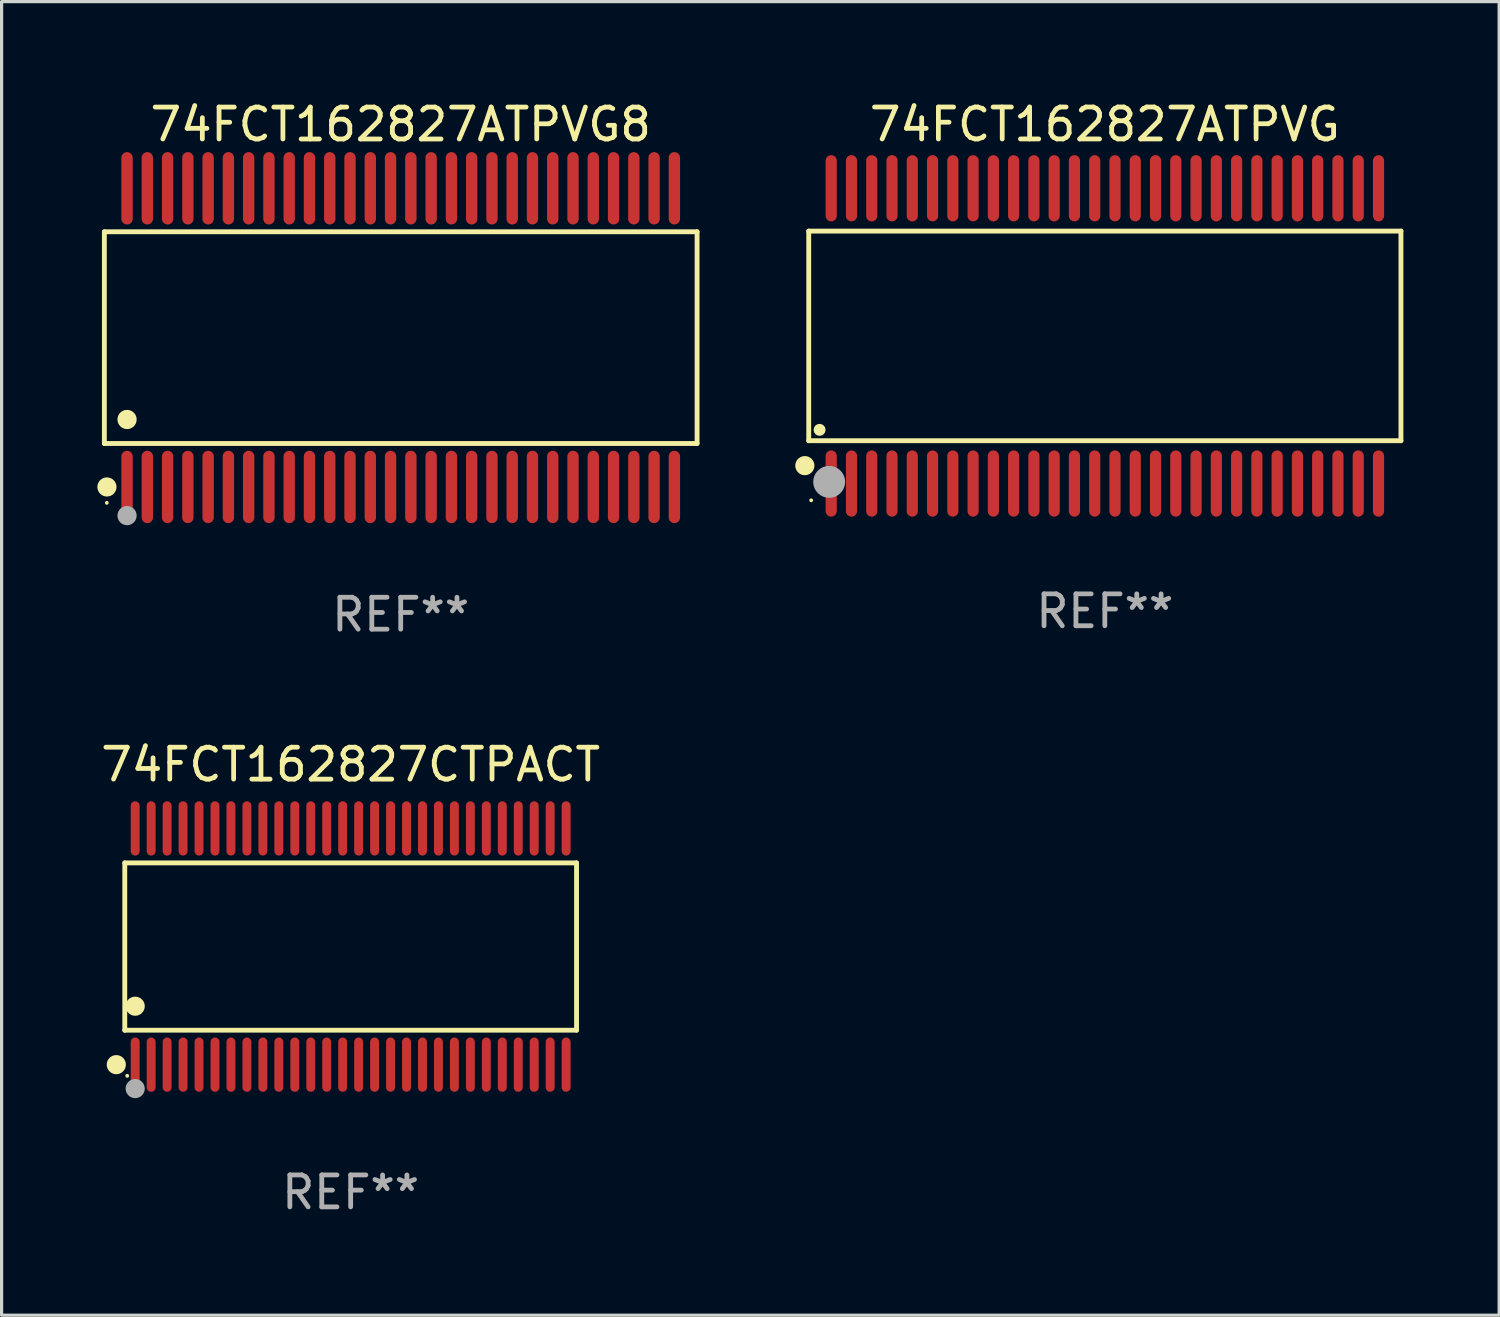
<source format=kicad_pcb>
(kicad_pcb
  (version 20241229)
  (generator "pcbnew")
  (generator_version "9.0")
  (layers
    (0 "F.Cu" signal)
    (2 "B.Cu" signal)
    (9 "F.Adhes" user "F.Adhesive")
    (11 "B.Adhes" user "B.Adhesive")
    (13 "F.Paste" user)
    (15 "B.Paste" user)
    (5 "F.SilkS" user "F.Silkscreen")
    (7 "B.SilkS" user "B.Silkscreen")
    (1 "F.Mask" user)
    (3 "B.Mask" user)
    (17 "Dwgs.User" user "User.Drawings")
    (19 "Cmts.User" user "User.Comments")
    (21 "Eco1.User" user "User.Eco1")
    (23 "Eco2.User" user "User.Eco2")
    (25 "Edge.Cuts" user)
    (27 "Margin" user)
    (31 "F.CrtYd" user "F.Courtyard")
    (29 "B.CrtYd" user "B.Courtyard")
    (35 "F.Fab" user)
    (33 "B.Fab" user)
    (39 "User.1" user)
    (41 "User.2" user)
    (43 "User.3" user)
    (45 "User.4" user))
  (footprint "74FCT162827ATPVG"
    (layer "F.Cu")
    (at 31.561 7.473)
    (property "Reference" "74FCT162827ATPVG" (at 0 -6.625 0) (layer "F.SilkS") (effects (font (size 1 1) (thickness 0.15))))
    (attr through_hole)
    (fp_line (start -9.276 -3.283) (end 9.276 -3.283) (stroke (width 0.152) (type solid)) (layer "F.SilkS"))
    (fp_line (start -9.276 3.283) (end -9.276 -3.283) (stroke (width 0.152) (type solid)) (layer "F.SilkS"))
    (fp_line (start 9.276 -3.283) (end 9.276 3.283) (stroke (width 0.152) (type solid)) (layer "F.SilkS"))
    (fp_line (start 9.276 3.283) (end -9.276 3.283) (stroke (width 0.152) (type solid)) (layer "F.SilkS"))
    (fp_circle (center -9.398 4.064) (end -9.248 4.064) (stroke (width 0.3) (type solid)) (fill no) (layer "F.SilkS"))
    (fp_circle (center -9.2 5.15) (end -9.17 5.15) (stroke (width 0.06) (type solid)) (fill no) (layer "F.SilkS"))
    (fp_circle (center -8.936 2.943) (end -8.842 2.943) (stroke (width 0.188) (type solid)) (fill no) (layer "F.SilkS"))
    (fp_circle (center -8.636 4.572) (end -8.386 4.572) (stroke (width 0.5) (type solid)) (fill no) (layer "F.Fab"))
    (fp_text user "REF**" (at 0 8.625 0) (layer "F.Fab") (effects (font (size 1 1) (thickness 0.15))))
    (pad "1" smd oval (at -8.572 4.625 90) (size 2.075 0.35) (layers "F.Cu" "F.Mask" "F.Paste"))
    (pad "2" smd oval (at -7.937 4.625 90) (size 2.075 0.35) (layers "F.Cu" "F.Mask" "F.Paste"))
    (pad "3" smd oval (at -7.302 4.625 90) (size 2.075 0.35) (layers "F.Cu" "F.Mask" "F.Paste"))
    (pad "4" smd oval (at -6.667 4.625 90) (size 2.075 0.35) (layers "F.Cu" "F.Mask" "F.Paste"))
    (pad "5" smd oval (at -6.032 4.625 90) (size 2.075 0.35) (layers "F.Cu" "F.Mask" "F.Paste"))
    (pad "6" smd oval (at -5.397 4.625 90) (size 2.075 0.35) (layers "F.Cu" "F.Mask" "F.Paste"))
    (pad "7" smd oval (at -4.762 4.625 90) (size 2.075 0.35) (layers "F.Cu" "F.Mask" "F.Paste"))
    (pad "8" smd oval (at -4.127 4.625 90) (size 2.075 0.35) (layers "F.Cu" "F.Mask" "F.Paste"))
    (pad "9" smd oval (at -3.492 4.625 90) (size 2.075 0.35) (layers "F.Cu" "F.Mask" "F.Paste"))
    (pad "10" smd oval (at -2.857 4.625 90) (size 2.075 0.35) (layers "F.Cu" "F.Mask" "F.Paste"))
    (pad "11" smd oval (at -2.222 4.625 90) (size 2.075 0.35) (layers "F.Cu" "F.Mask" "F.Paste"))
    (pad "12" smd oval (at -1.587 4.625 90) (size 2.075 0.35) (layers "F.Cu" "F.Mask" "F.Paste"))
    (pad "13" smd oval (at -0.952 4.625 90) (size 2.075 0.35) (layers "F.Cu" "F.Mask" "F.Paste"))
    (pad "14" smd oval (at -0.317 4.625 90) (size 2.075 0.35) (layers "F.Cu" "F.Mask" "F.Paste"))
    (pad "15" smd oval (at 0.318 4.625 90) (size 2.075 0.35) (layers "F.Cu" "F.Mask" "F.Paste"))
    (pad "16" smd oval (at 0.953 4.625 90) (size 2.075 0.35) (layers "F.Cu" "F.Mask" "F.Paste"))
    (pad "17" smd oval (at 1.588 4.625 90) (size 2.075 0.35) (layers "F.Cu" "F.Mask" "F.Paste"))
    (pad "18" smd oval (at 2.223 4.625 90) (size 2.075 0.35) (layers "F.Cu" "F.Mask" "F.Paste"))
    (pad "19" smd oval (at 2.858 4.625 90) (size 2.075 0.35) (layers "F.Cu" "F.Mask" "F.Paste"))
    (pad "20" smd oval (at 3.493 4.625 90) (size 2.075 0.35) (layers "F.Cu" "F.Mask" "F.Paste"))
    (pad "21" smd oval (at 4.128 4.625 90) (size 2.075 0.35) (layers "F.Cu" "F.Mask" "F.Paste"))
    (pad "22" smd oval (at 4.763 4.625 90) (size 2.075 0.35) (layers "F.Cu" "F.Mask" "F.Paste"))
    (pad "23" smd oval (at 5.398 4.625 90) (size 2.075 0.35) (layers "F.Cu" "F.Mask" "F.Paste"))
    (pad "24" smd oval (at 6.033 4.625 90) (size 2.075 0.35) (layers "F.Cu" "F.Mask" "F.Paste"))
    (pad "25" smd oval (at 6.668 4.625 90) (size 2.075 0.35) (layers "F.Cu" "F.Mask" "F.Paste"))
    (pad "26" smd oval (at 7.303 4.625 90) (size 2.075 0.35) (layers "F.Cu" "F.Mask" "F.Paste"))
    (pad "27" smd oval (at 7.938 4.625 90) (size 2.075 0.35) (layers "F.Cu" "F.Mask" "F.Paste"))
    (pad "28" smd oval (at 8.573 4.625 90) (size 2.075 0.35) (layers "F.Cu" "F.Mask" "F.Paste"))
    (pad "29" smd oval (at 8.573 -4.625 90) (size 2.075 0.35) (layers "F.Cu" "F.Mask" "F.Paste"))
    (pad "30" smd oval (at 7.938 -4.625 90) (size 2.075 0.35) (layers "F.Cu" "F.Mask" "F.Paste"))
    (pad "31" smd oval (at 7.303 -4.625 90) (size 2.075 0.35) (layers "F.Cu" "F.Mask" "F.Paste"))
    (pad "32" smd oval (at 6.668 -4.625 90) (size 2.075 0.35) (layers "F.Cu" "F.Mask" "F.Paste"))
    (pad "33" smd oval (at 6.033 -4.625 90) (size 2.075 0.35) (layers "F.Cu" "F.Mask" "F.Paste"))
    (pad "34" smd oval (at 5.398 -4.625 90) (size 2.075 0.35) (layers "F.Cu" "F.Mask" "F.Paste"))
    (pad "35" smd oval (at 4.763 -4.625 90) (size 2.075 0.35) (layers "F.Cu" "F.Mask" "F.Paste"))
    (pad "36" smd oval (at 4.128 -4.625 90) (size 2.075 0.35) (layers "F.Cu" "F.Mask" "F.Paste"))
    (pad "37" smd oval (at 3.493 -4.625 90) (size 2.075 0.35) (layers "F.Cu" "F.Mask" "F.Paste"))
    (pad "38" smd oval (at 2.858 -4.625 90) (size 2.075 0.35) (layers "F.Cu" "F.Mask" "F.Paste"))
    (pad "39" smd oval (at 2.223 -4.625 90) (size 2.075 0.35) (layers "F.Cu" "F.Mask" "F.Paste"))
    (pad "40" smd oval (at 1.588 -4.625 90) (size 2.075 0.35) (layers "F.Cu" "F.Mask" "F.Paste"))
    (pad "41" smd oval (at 0.953 -4.625 90) (size 2.075 0.35) (layers "F.Cu" "F.Mask" "F.Paste"))
    (pad "42" smd oval (at 0.318 -4.625 90) (size 2.075 0.35) (layers "F.Cu" "F.Mask" "F.Paste"))
    (pad "43" smd oval (at -0.317 -4.625 90) (size 2.075 0.35) (layers "F.Cu" "F.Mask" "F.Paste"))
    (pad "44" smd oval (at -0.952 -4.625 90) (size 2.075 0.35) (layers "F.Cu" "F.Mask" "F.Paste"))
    (pad "45" smd oval (at -1.587 -4.625 90) (size 2.075 0.35) (layers "F.Cu" "F.Mask" "F.Paste"))
    (pad "46" smd oval (at -2.222 -4.625 90) (size 2.075 0.35) (layers "F.Cu" "F.Mask" "F.Paste"))
    (pad "47" smd oval (at -2.857 -4.625 90) (size 2.075 0.35) (layers "F.Cu" "F.Mask" "F.Paste"))
    (pad "48" smd oval (at -3.492 -4.625 90) (size 2.075 0.35) (layers "F.Cu" "F.Mask" "F.Paste"))
    (pad "49" smd oval (at -4.127 -4.625 90) (size 2.075 0.35) (layers "F.Cu" "F.Mask" "F.Paste"))
    (pad "50" smd oval (at -4.762 -4.625 90) (size 2.075 0.35) (layers "F.Cu" "F.Mask" "F.Paste"))
    (pad "51" smd oval (at -5.397 -4.625 90) (size 2.075 0.35) (layers "F.Cu" "F.Mask" "F.Paste"))
    (pad "52" smd oval (at -6.032 -4.625 90) (size 2.075 0.35) (layers "F.Cu" "F.Mask" "F.Paste"))
    (pad "53" smd oval (at -6.667 -4.625 90) (size 2.075 0.35) (layers "F.Cu" "F.Mask" "F.Paste"))
    (pad "54" smd oval (at -7.302 -4.625 90) (size 2.075 0.35) (layers "F.Cu" "F.Mask" "F.Paste"))
    (pad "55" smd oval (at -7.937 -4.625 90) (size 2.075 0.35) (layers "F.Cu" "F.Mask" "F.Paste"))
    (pad "56" smd oval (at -8.572 -4.625 90) (size 2.075 0.35) (layers "F.Cu" "F.Mask" "F.Paste")))
  (footprint "74FCT162827ATPVG8"
    (layer "F.Cu")
    (at 9.503 7.527)
    (property "Reference" "74FCT162827ATPVG8" (at 0 -6.678 0) (layer "F.SilkS") (effects (font (size 1 1) (thickness 0.15))))
    (attr through_hole)
    (fp_line (start -9.284 -3.316) (end 9.284 -3.316) (stroke (width 0.152) (type solid)) (layer "F.SilkS"))
    (fp_line (start -9.284 3.316) (end -9.284 -3.316) (stroke (width 0.152) (type solid)) (layer "F.SilkS"))
    (fp_line (start 9.284 -3.316) (end 9.284 3.316) (stroke (width 0.152) (type solid)) (layer "F.SilkS"))
    (fp_line (start 9.284 3.316) (end -9.284 3.316) (stroke (width 0.152) (type solid)) (layer "F.SilkS"))
    (fp_circle (center -9.208 5.175) (end -9.178 5.175) (stroke (width 0.06) (type solid)) (fill no) (layer "F.SilkS"))
    (fp_circle (center -9.203 4.678) (end -9.053 4.678) (stroke (width 0.3) (type solid)) (fill no) (layer "F.SilkS"))
    (fp_circle (center -8.573 2.564) (end -8.422 2.564) (stroke (width 0.3) (type solid)) (fill no) (layer "F.SilkS"))
    (fp_circle (center -8.573 5.575) (end -8.422 5.575) (stroke (width 0.3) (type solid)) (fill no) (layer "F.Fab"))
    (fp_text user "REF**" (at 0 8.678 0) (layer "F.Fab") (effects (font (size 1 1) (thickness 0.15))))
    (pad "1" smd oval (at -8.573 4.678) (size 0.356 2.267) (layers "F.Cu" "F.Mask" "F.Paste"))
    (pad "2" smd oval (at -7.938 4.678) (size 0.356 2.267) (layers "F.Cu" "F.Mask" "F.Paste"))
    (pad "3" smd oval (at -7.303 4.678) (size 0.356 2.267) (layers "F.Cu" "F.Mask" "F.Paste"))
    (pad "4" smd oval (at -6.668 4.678) (size 0.356 2.267) (layers "F.Cu" "F.Mask" "F.Paste"))
    (pad "5" smd oval (at -6.033 4.678) (size 0.356 2.267) (layers "F.Cu" "F.Mask" "F.Paste"))
    (pad "6" smd oval (at -5.398 4.678) (size 0.356 2.267) (layers "F.Cu" "F.Mask" "F.Paste"))
    (pad "7" smd oval (at -4.763 4.678) (size 0.356 2.267) (layers "F.Cu" "F.Mask" "F.Paste"))
    (pad "8" smd oval (at -4.128 4.678) (size 0.356 2.267) (layers "F.Cu" "F.Mask" "F.Paste"))
    (pad "9" smd oval (at -3.493 4.678) (size 0.356 2.267) (layers "F.Cu" "F.Mask" "F.Paste"))
    (pad "10" smd oval (at -2.858 4.678) (size 0.356 2.267) (layers "F.Cu" "F.Mask" "F.Paste"))
    (pad "11" smd oval (at -2.223 4.678) (size 0.356 2.267) (layers "F.Cu" "F.Mask" "F.Paste"))
    (pad "12" smd oval (at -1.588 4.678) (size 0.356 2.267) (layers "F.Cu" "F.Mask" "F.Paste"))
    (pad "13" smd oval (at -0.953 4.678) (size 0.356 2.267) (layers "F.Cu" "F.Mask" "F.Paste"))
    (pad "14" smd oval (at -0.318 4.678) (size 0.356 2.267) (layers "F.Cu" "F.Mask" "F.Paste"))
    (pad "15" smd oval (at 0.318 4.678) (size 0.356 2.267) (layers "F.Cu" "F.Mask" "F.Paste"))
    (pad "16" smd oval (at 0.953 4.678) (size 0.356 2.267) (layers "F.Cu" "F.Mask" "F.Paste"))
    (pad "17" smd oval (at 1.588 4.678) (size 0.356 2.267) (layers "F.Cu" "F.Mask" "F.Paste"))
    (pad "18" smd oval (at 2.223 4.678) (size 0.356 2.267) (layers "F.Cu" "F.Mask" "F.Paste"))
    (pad "19" smd oval (at 2.858 4.678) (size 0.356 2.267) (layers "F.Cu" "F.Mask" "F.Paste"))
    (pad "20" smd oval (at 3.493 4.678) (size 0.356 2.267) (layers "F.Cu" "F.Mask" "F.Paste"))
    (pad "21" smd oval (at 4.128 4.678) (size 0.356 2.267) (layers "F.Cu" "F.Mask" "F.Paste"))
    (pad "22" smd oval (at 4.763 4.678) (size 0.356 2.267) (layers "F.Cu" "F.Mask" "F.Paste"))
    (pad "23" smd oval (at 5.398 4.678) (size 0.356 2.267) (layers "F.Cu" "F.Mask" "F.Paste"))
    (pad "24" smd oval (at 6.033 4.678) (size 0.356 2.267) (layers "F.Cu" "F.Mask" "F.Paste"))
    (pad "25" smd oval (at 6.668 4.678) (size 0.356 2.267) (layers "F.Cu" "F.Mask" "F.Paste"))
    (pad "26" smd oval (at 7.303 4.678) (size 0.356 2.267) (layers "F.Cu" "F.Mask" "F.Paste"))
    (pad "27" smd oval (at 7.938 4.678) (size 0.356 2.267) (layers "F.Cu" "F.Mask" "F.Paste"))
    (pad "28" smd oval (at 8.573 4.678) (size 0.356 2.267) (layers "F.Cu" "F.Mask" "F.Paste"))
    (pad "29" smd oval (at 8.573 -4.678) (size 0.356 2.267) (layers "F.Cu" "F.Mask" "F.Paste"))
    (pad "30" smd oval (at 7.938 -4.678) (size 0.356 2.267) (layers "F.Cu" "F.Mask" "F.Paste"))
    (pad "31" smd oval (at 7.303 -4.678) (size 0.356 2.267) (layers "F.Cu" "F.Mask" "F.Paste"))
    (pad "32" smd oval (at 6.668 -4.678) (size 0.356 2.267) (layers "F.Cu" "F.Mask" "F.Paste"))
    (pad "33" smd oval (at 6.033 -4.678) (size 0.356 2.267) (layers "F.Cu" "F.Mask" "F.Paste"))
    (pad "34" smd oval (at 5.398 -4.678) (size 0.356 2.267) (layers "F.Cu" "F.Mask" "F.Paste"))
    (pad "35" smd oval (at 4.763 -4.678) (size 0.356 2.267) (layers "F.Cu" "F.Mask" "F.Paste"))
    (pad "36" smd oval (at 4.128 -4.678) (size 0.356 2.267) (layers "F.Cu" "F.Mask" "F.Paste"))
    (pad "37" smd oval (at 3.493 -4.678) (size 0.356 2.267) (layers "F.Cu" "F.Mask" "F.Paste"))
    (pad "38" smd oval (at 2.858 -4.678) (size 0.356 2.267) (layers "F.Cu" "F.Mask" "F.Paste"))
    (pad "39" smd oval (at 2.223 -4.678) (size 0.356 2.267) (layers "F.Cu" "F.Mask" "F.Paste"))
    (pad "40" smd oval (at 1.588 -4.678) (size 0.356 2.267) (layers "F.Cu" "F.Mask" "F.Paste"))
    (pad "41" smd oval (at 0.953 -4.678) (size 0.356 2.267) (layers "F.Cu" "F.Mask" "F.Paste"))
    (pad "42" smd oval (at 0.318 -4.678) (size 0.356 2.267) (layers "F.Cu" "F.Mask" "F.Paste"))
    (pad "43" smd oval (at -0.318 -4.678) (size 0.356 2.267) (layers "F.Cu" "F.Mask" "F.Paste"))
    (pad "44" smd oval (at -0.953 -4.678) (size 0.356 2.267) (layers "F.Cu" "F.Mask" "F.Paste"))
    (pad "45" smd oval (at -1.588 -4.678) (size 0.356 2.267) (layers "F.Cu" "F.Mask" "F.Paste"))
    (pad "46" smd oval (at -2.223 -4.678) (size 0.356 2.267) (layers "F.Cu" "F.Mask" "F.Paste"))
    (pad "47" smd oval (at -2.858 -4.678) (size 0.356 2.267) (layers "F.Cu" "F.Mask" "F.Paste"))
    (pad "48" smd oval (at -3.493 -4.678) (size 0.356 2.267) (layers "F.Cu" "F.Mask" "F.Paste"))
    (pad "49" smd oval (at -4.128 -4.678) (size 0.356 2.267) (layers "F.Cu" "F.Mask" "F.Paste"))
    (pad "50" smd oval (at -4.763 -4.678) (size 0.356 2.267) (layers "F.Cu" "F.Mask" "F.Paste"))
    (pad "51" smd oval (at -5.398 -4.678) (size 0.356 2.267) (layers "F.Cu" "F.Mask" "F.Paste"))
    (pad "52" smd oval (at -6.033 -4.678) (size 0.356 2.267) (layers "F.Cu" "F.Mask" "F.Paste"))
    (pad "53" smd oval (at -6.668 -4.678) (size 0.356 2.267) (layers "F.Cu" "F.Mask" "F.Paste"))
    (pad "54" smd oval (at -7.303 -4.678) (size 0.356 2.267) (layers "F.Cu" "F.Mask" "F.Paste"))
    (pad "55" smd oval (at -7.938 -4.678) (size 0.356 2.267) (layers "F.Cu" "F.Mask" "F.Paste"))
    (pad "56" smd oval (at -8.573 -4.678) (size 0.356 2.267) (layers "F.Cu" "F.Mask" "F.Paste")))
  (footprint "74FCT162827CTPACT"
    (layer "F.Cu")
    (at 7.935 26.602)
    (property "Reference" "74FCT162827CTPACT" (at 0 -5.7 0) (layer "F.SilkS") (effects (font (size 1 1) (thickness 0.15))))
    (attr through_hole)
    (fp_line (start -7.076 -2.621) (end 7.076 -2.621) (stroke (width 0.152) (type solid)) (layer "F.SilkS"))
    (fp_line (start -7.076 2.621) (end -7.076 -2.621) (stroke (width 0.152) (type solid)) (layer "F.SilkS"))
    (fp_line (start 7.076 -2.621) (end 7.076 2.621) (stroke (width 0.152) (type solid)) (layer "F.SilkS"))
    (fp_line (start 7.076 2.621) (end -7.076 2.621) (stroke (width 0.152) (type solid)) (layer "F.SilkS"))
    (fp_circle (center -7.342 3.7) (end -7.192 3.7) (stroke (width 0.3) (type solid)) (fill no) (layer "F.SilkS"))
    (fp_circle (center -7 4.05) (end -6.97 4.05) (stroke (width 0.06) (type solid)) (fill no) (layer "F.SilkS"))
    (fp_circle (center -6.75 1.869) (end -6.6 1.869) (stroke (width 0.3) (type solid)) (fill no) (layer "F.SilkS"))
    (fp_circle (center -6.75 4.45) (end -6.6 4.45) (stroke (width 0.3) (type solid)) (fill no) (layer "F.Fab"))
    (fp_text user "REF**" (at 0 7.7 0) (layer "F.Fab") (effects (font (size 1 1) (thickness 0.15))))
    (pad "1" smd oval (at -6.75 3.7) (size 0.28 1.7) (layers "F.Cu" "F.Mask" "F.Paste"))
    (pad "2" smd oval (at -6.25 3.7) (size 0.28 1.7) (layers "F.Cu" "F.Mask" "F.Paste"))
    (pad "3" smd oval (at -5.75 3.7) (size 0.28 1.7) (layers "F.Cu" "F.Mask" "F.Paste"))
    (pad "4" smd oval (at -5.25 3.7) (size 0.28 1.7) (layers "F.Cu" "F.Mask" "F.Paste"))
    (pad "5" smd oval (at -4.75 3.7) (size 0.28 1.7) (layers "F.Cu" "F.Mask" "F.Paste"))
    (pad "6" smd oval (at -4.25 3.7) (size 0.28 1.7) (layers "F.Cu" "F.Mask" "F.Paste"))
    (pad "7" smd oval (at -3.75 3.7) (size 0.28 1.7) (layers "F.Cu" "F.Mask" "F.Paste"))
    (pad "8" smd oval (at -3.25 3.7) (size 0.28 1.7) (layers "F.Cu" "F.Mask" "F.Paste"))
    (pad "9" smd oval (at -2.75 3.7) (size 0.28 1.7) (layers "F.Cu" "F.Mask" "F.Paste"))
    (pad "10" smd oval (at -2.25 3.7) (size 0.28 1.7) (layers "F.Cu" "F.Mask" "F.Paste"))
    (pad "11" smd oval (at -1.75 3.7) (size 0.28 1.7) (layers "F.Cu" "F.Mask" "F.Paste"))
    (pad "12" smd oval (at -1.25 3.7) (size 0.28 1.7) (layers "F.Cu" "F.Mask" "F.Paste"))
    (pad "13" smd oval (at -0.75 3.7) (size 0.28 1.7) (layers "F.Cu" "F.Mask" "F.Paste"))
    (pad "14" smd oval (at -0.25 3.7) (size 0.28 1.7) (layers "F.Cu" "F.Mask" "F.Paste"))
    (pad "15" smd oval (at 0.25 3.7) (size 0.28 1.7) (layers "F.Cu" "F.Mask" "F.Paste"))
    (pad "16" smd oval (at 0.75 3.7) (size 0.28 1.7) (layers "F.Cu" "F.Mask" "F.Paste"))
    (pad "17" smd oval (at 1.25 3.7) (size 0.28 1.7) (layers "F.Cu" "F.Mask" "F.Paste"))
    (pad "18" smd oval (at 1.75 3.7) (size 0.28 1.7) (layers "F.Cu" "F.Mask" "F.Paste"))
    (pad "19" smd oval (at 2.25 3.7) (size 0.28 1.7) (layers "F.Cu" "F.Mask" "F.Paste"))
    (pad "20" smd oval (at 2.75 3.7) (size 0.28 1.7) (layers "F.Cu" "F.Mask" "F.Paste"))
    (pad "21" smd oval (at 3.25 3.7) (size 0.28 1.7) (layers "F.Cu" "F.Mask" "F.Paste"))
    (pad "22" smd oval (at 3.75 3.7) (size 0.28 1.7) (layers "F.Cu" "F.Mask" "F.Paste"))
    (pad "23" smd oval (at 4.25 3.7) (size 0.28 1.7) (layers "F.Cu" "F.Mask" "F.Paste"))
    (pad "24" smd oval (at 4.75 3.7) (size 0.28 1.7) (layers "F.Cu" "F.Mask" "F.Paste"))
    (pad "25" smd oval (at 5.25 3.7) (size 0.28 1.7) (layers "F.Cu" "F.Mask" "F.Paste"))
    (pad "26" smd oval (at 5.75 3.7) (size 0.28 1.7) (layers "F.Cu" "F.Mask" "F.Paste"))
    (pad "27" smd oval (at 6.25 3.7) (size 0.28 1.7) (layers "F.Cu" "F.Mask" "F.Paste"))
    (pad "28" smd oval (at 6.75 3.7) (size 0.28 1.7) (layers "F.Cu" "F.Mask" "F.Paste"))
    (pad "29" smd oval (at 6.75 -3.7) (size 0.28 1.7) (layers "F.Cu" "F.Mask" "F.Paste"))
    (pad "30" smd oval (at 6.25 -3.7) (size 0.28 1.7) (layers "F.Cu" "F.Mask" "F.Paste"))
    (pad "31" smd oval (at 5.75 -3.7) (size 0.28 1.7) (layers "F.Cu" "F.Mask" "F.Paste"))
    (pad "32" smd oval (at 5.25 -3.7) (size 0.28 1.7) (layers "F.Cu" "F.Mask" "F.Paste"))
    (pad "33" smd oval (at 4.75 -3.7) (size 0.28 1.7) (layers "F.Cu" "F.Mask" "F.Paste"))
    (pad "34" smd oval (at 4.25 -3.7) (size 0.28 1.7) (layers "F.Cu" "F.Mask" "F.Paste"))
    (pad "35" smd oval (at 3.75 -3.7) (size 0.28 1.7) (layers "F.Cu" "F.Mask" "F.Paste"))
    (pad "36" smd oval (at 3.25 -3.7) (size 0.28 1.7) (layers "F.Cu" "F.Mask" "F.Paste"))
    (pad "37" smd oval (at 2.75 -3.7) (size 0.28 1.7) (layers "F.Cu" "F.Mask" "F.Paste"))
    (pad "38" smd oval (at 2.25 -3.7) (size 0.28 1.7) (layers "F.Cu" "F.Mask" "F.Paste"))
    (pad "39" smd oval (at 1.75 -3.7) (size 0.28 1.7) (layers "F.Cu" "F.Mask" "F.Paste"))
    (pad "40" smd oval (at 1.25 -3.7) (size 0.28 1.7) (layers "F.Cu" "F.Mask" "F.Paste"))
    (pad "41" smd oval (at 0.75 -3.7) (size 0.28 1.7) (layers "F.Cu" "F.Mask" "F.Paste"))
    (pad "42" smd oval (at 0.25 -3.7) (size 0.28 1.7) (layers "F.Cu" "F.Mask" "F.Paste"))
    (pad "43" smd oval (at -0.25 -3.7) (size 0.28 1.7) (layers "F.Cu" "F.Mask" "F.Paste"))
    (pad "44" smd oval (at -0.75 -3.7) (size 0.28 1.7) (layers "F.Cu" "F.Mask" "F.Paste"))
    (pad "45" smd oval (at -1.25 -3.7) (size 0.28 1.7) (layers "F.Cu" "F.Mask" "F.Paste"))
    (pad "46" smd oval (at -1.75 -3.7) (size 0.28 1.7) (layers "F.Cu" "F.Mask" "F.Paste"))
    (pad "47" smd oval (at -2.25 -3.7) (size 0.28 1.7) (layers "F.Cu" "F.Mask" "F.Paste"))
    (pad "48" smd oval (at -2.75 -3.7) (size 0.28 1.7) (layers "F.Cu" "F.Mask" "F.Paste"))
    (pad "49" smd oval (at -3.25 -3.7) (size 0.28 1.7) (layers "F.Cu" "F.Mask" "F.Paste"))
    (pad "50" smd oval (at -3.75 -3.7) (size 0.28 1.7) (layers "F.Cu" "F.Mask" "F.Paste"))
    (pad "51" smd oval (at -4.25 -3.7) (size 0.28 1.7) (layers "F.Cu" "F.Mask" "F.Paste"))
    (pad "52" smd oval (at -4.75 -3.7) (size 0.28 1.7) (layers "F.Cu" "F.Mask" "F.Paste"))
    (pad "53" smd oval (at -5.25 -3.7) (size 0.28 1.7) (layers "F.Cu" "F.Mask" "F.Paste"))
    (pad "54" smd oval (at -5.75 -3.7) (size 0.28 1.7) (layers "F.Cu" "F.Mask" "F.Paste"))
    (pad "55" smd oval (at -6.25 -3.7) (size 0.28 1.7) (layers "F.Cu" "F.Mask" "F.Paste"))
    (pad "56" smd oval (at -6.75 -3.7) (size 0.28 1.7) (layers "F.Cu" "F.Mask" "F.Paste")))
  (gr_rect
    (start -3 -3)
    (end 43.913 38.15)
    (stroke (width 0.1) (type default))
    (fill no)
    (layer "Edge.Cuts")))
</source>
